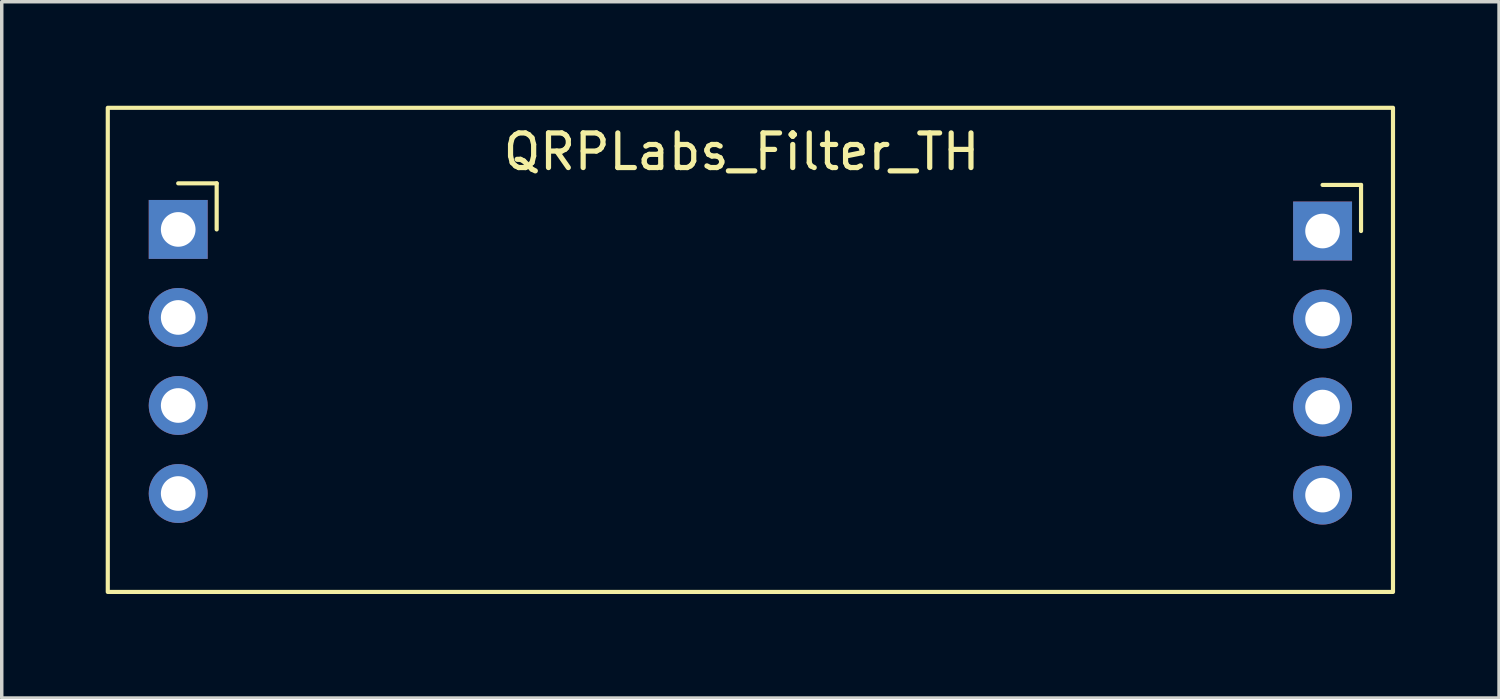
<source format=kicad_pcb>
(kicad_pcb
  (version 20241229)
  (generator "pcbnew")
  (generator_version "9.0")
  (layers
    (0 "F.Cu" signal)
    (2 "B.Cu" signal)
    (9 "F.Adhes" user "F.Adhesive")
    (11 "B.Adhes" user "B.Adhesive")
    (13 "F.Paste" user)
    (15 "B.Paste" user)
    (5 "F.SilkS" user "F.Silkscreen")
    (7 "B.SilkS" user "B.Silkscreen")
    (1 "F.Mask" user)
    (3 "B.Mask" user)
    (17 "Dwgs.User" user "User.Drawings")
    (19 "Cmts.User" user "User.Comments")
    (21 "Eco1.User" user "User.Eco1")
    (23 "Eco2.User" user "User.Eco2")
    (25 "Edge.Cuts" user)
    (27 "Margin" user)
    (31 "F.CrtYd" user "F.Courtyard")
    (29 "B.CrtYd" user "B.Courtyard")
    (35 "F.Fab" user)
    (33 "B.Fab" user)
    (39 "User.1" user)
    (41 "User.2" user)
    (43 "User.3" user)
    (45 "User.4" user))
  (footprint "QRPLabs_Filter_TH"
    (layer "F.Cu")
    (at 12.252 8.95)
    (property "Reference" "QRPLabs_Filter_TH" (at 6.096 -7.62 0) (unlocked yes) (layer "F.SilkS") (effects (font (size 1 1) (thickness 0.15))))
    (attr through_hole)
    (fp_line (start -10.16 -6.71) (end -9.05 -6.71) (stroke (width 0.12) (type solid)) (layer "F.SilkS"))
    (fp_line (start -9.05 -6.71) (end -9.05 -5.38) (stroke (width 0.12) (type solid)) (layer "F.SilkS"))
    (fp_line (start 22.86 -6.664) (end 23.97 -6.664) (stroke (width 0.12) (type solid)) (layer "F.SilkS"))
    (fp_line (start 23.97 -6.664) (end 23.97 -5.334) (stroke (width 0.12) (type solid)) (layer "F.SilkS"))
    (fp_rect (start 24.892 5.08) (end -12.192 -8.89) (stroke (width 0.12) (type solid)) (fill no) (layer "F.SilkS"))
    (fp_line (start -10.16 -5.08) (end -10.16 -5.68) (stroke (width 0.1) (type solid)) (layer "F.Fab"))
    (fp_line (start -10.16 -2.54) (end -10.16 -3.14) (stroke (width 0.1) (type solid)) (layer "F.Fab"))
    (fp_line (start -10.16 0) (end -10.16 -0.6) (stroke (width 0.1) (type solid)) (layer "F.Fab"))
    (fp_line (start -10.16 2.54) (end -10.16 1.94) (stroke (width 0.1) (type solid)) (layer "F.Fab"))
    (fp_line (start 22.86 -5.034) (end 22.86 -5.634) (stroke (width 0.1) (type solid)) (layer "F.Fab"))
    (fp_line (start 22.86 -2.494) (end 22.86 -3.094) (stroke (width 0.1) (type solid)) (layer "F.Fab"))
    (fp_line (start 22.86 0.046) (end 22.86 -0.554) (stroke (width 0.1) (type solid)) (layer "F.Fab"))
    (fp_line (start 22.86 2.586) (end 22.86 1.986) (stroke (width 0.1) (type solid)) (layer "F.Fab"))
    (pad "1" thru_hole rect (at -10.16 -5.38) (size 1.7 1.7) (drill 1) (layers "*.Cu" "*.Mask"))
    (pad "2" thru_hole oval (at -10.16 -2.84) (size 1.7 1.7) (drill 1) (layers "*.Cu" "*.Mask"))
    (pad "3" thru_hole oval (at -10.16 -0.3) (size 1.7 1.7) (drill 1) (layers "*.Cu" "*.Mask"))
    (pad "4" thru_hole oval (at -10.16 2.24) (size 1.7 1.7) (drill 1) (layers "*.Cu" "*.Mask"))
    (pad "5" thru_hole oval (at 22.86 2.286) (size 1.7 1.7) (drill 1) (layers "*.Cu" "*.Mask"))
    (pad "6" thru_hole oval (at 22.86 -0.254) (size 1.7 1.7) (drill 1) (layers "*.Cu" "*.Mask"))
    (pad "7" thru_hole oval (at 22.86 -2.794) (size 1.7 1.7) (drill 1) (layers "*.Cu" "*.Mask"))
    (pad "8" thru_hole rect (at 22.86 -5.334) (size 1.7 1.7) (drill 1) (layers "*.Cu" "*.Mask")))
  (gr_rect
    (start -3 -3)
    (end 40.204 17.09)
    (stroke (width 0.1) (type default))
    (fill no)
    (layer "Edge.Cuts")))
</source>
